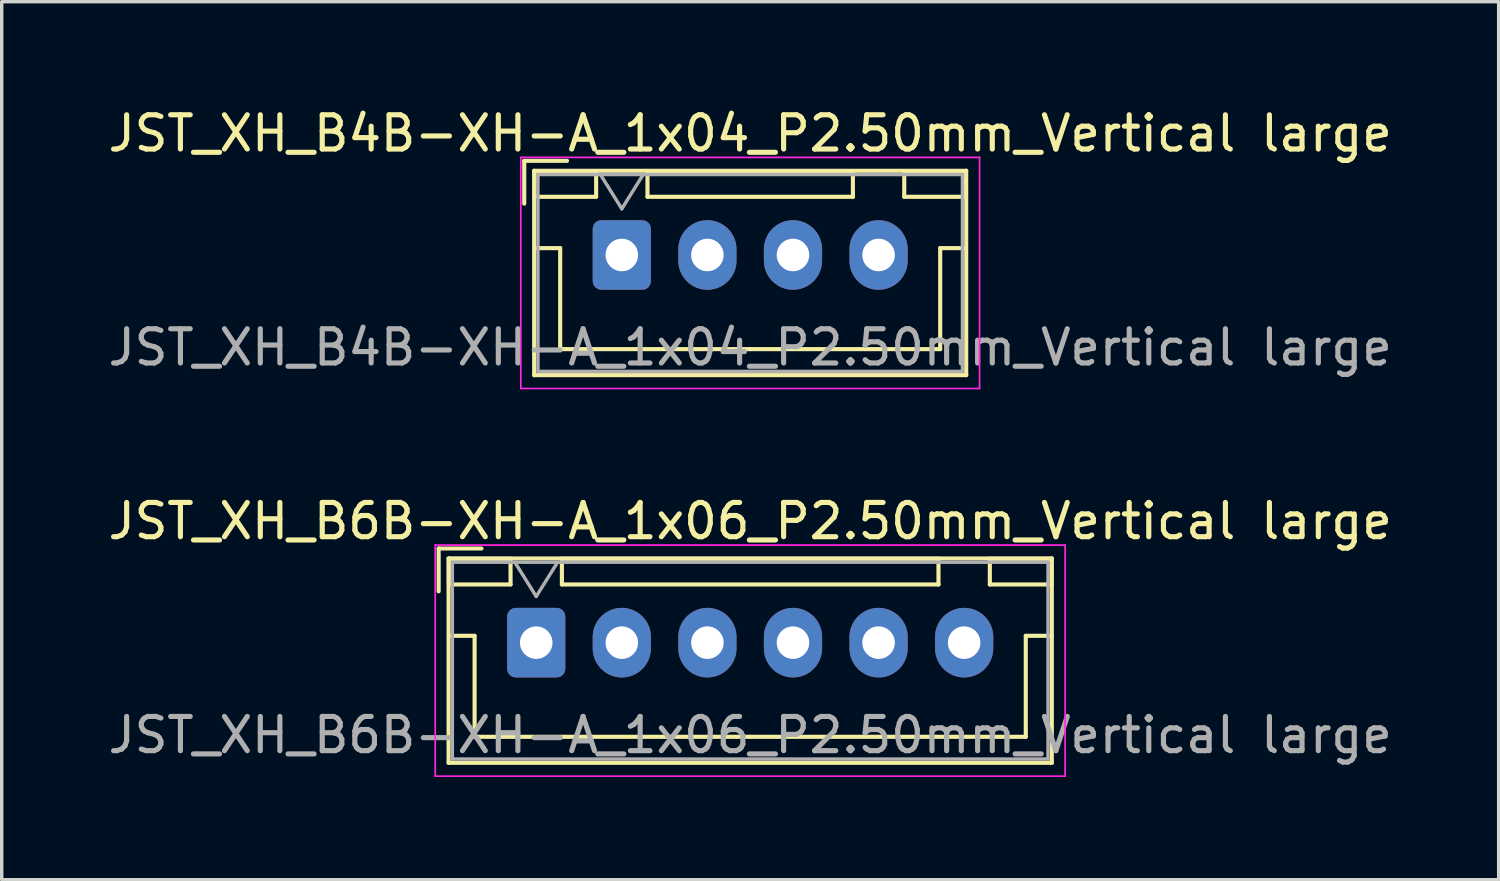
<source format=kicad_pcb>
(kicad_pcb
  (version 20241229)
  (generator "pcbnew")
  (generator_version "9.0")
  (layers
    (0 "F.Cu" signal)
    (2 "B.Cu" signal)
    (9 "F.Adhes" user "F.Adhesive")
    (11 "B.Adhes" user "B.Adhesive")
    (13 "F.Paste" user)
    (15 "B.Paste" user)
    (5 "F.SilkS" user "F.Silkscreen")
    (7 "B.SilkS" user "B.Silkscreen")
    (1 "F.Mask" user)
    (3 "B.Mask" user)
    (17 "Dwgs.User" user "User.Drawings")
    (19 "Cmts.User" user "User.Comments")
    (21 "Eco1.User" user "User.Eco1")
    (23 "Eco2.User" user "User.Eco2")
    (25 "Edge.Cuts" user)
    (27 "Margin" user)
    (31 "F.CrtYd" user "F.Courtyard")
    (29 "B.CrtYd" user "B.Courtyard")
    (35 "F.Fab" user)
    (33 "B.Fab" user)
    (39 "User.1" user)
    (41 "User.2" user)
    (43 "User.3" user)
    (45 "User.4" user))
  (footprint "JST_XH_B6B-XH-A_1x06_P2.50mm_Vertical large"
    (layer "F.Cu")
    (at 12.613 15.722)
    (property "Reference" "JST_XH_B6B-XH-A_1x06_P2.50mm_Vertical large" (at 6.25 -3.55 0) (layer "F.SilkS") (effects (font (size 1 1) (thickness 0.15))))
    (attr through_hole)
    (fp_line (start -2.85 -2.75) (end -2.85 -1.5) (stroke (width 0.12) (type solid)) (layer "F.SilkS"))
    (fp_line (start -2.56 -2.46) (end -2.56 3.51) (stroke (width 0.12) (type solid)) (layer "F.SilkS"))
    (fp_line (start -2.56 3.51) (end 15.06 3.51) (stroke (width 0.12) (type solid)) (layer "F.SilkS"))
    (fp_line (start -2.55 -2.45) (end -2.55 -1.7) (stroke (width 0.12) (type solid)) (layer "F.SilkS"))
    (fp_line (start -2.55 -1.7) (end -0.75 -1.7) (stroke (width 0.12) (type solid)) (layer "F.SilkS"))
    (fp_line (start -2.55 -0.2) (end -1.8 -0.2) (stroke (width 0.12) (type solid)) (layer "F.SilkS"))
    (fp_line (start -1.8 -0.2) (end -1.8 2.75) (stroke (width 0.12) (type solid)) (layer "F.SilkS"))
    (fp_line (start -1.8 2.75) (end 6.25 2.75) (stroke (width 0.12) (type solid)) (layer "F.SilkS"))
    (fp_line (start -1.6 -2.75) (end -2.85 -2.75) (stroke (width 0.12) (type solid)) (layer "F.SilkS"))
    (fp_line (start -0.75 -2.45) (end -2.55 -2.45) (stroke (width 0.12) (type solid)) (layer "F.SilkS"))
    (fp_line (start -0.75 -1.7) (end -0.75 -2.45) (stroke (width 0.12) (type solid)) (layer "F.SilkS"))
    (fp_line (start 0.75 -2.45) (end 0.75 -1.7) (stroke (width 0.12) (type solid)) (layer "F.SilkS"))
    (fp_line (start 0.75 -1.7) (end 11.75 -1.7) (stroke (width 0.12) (type solid)) (layer "F.SilkS"))
    (fp_line (start 11.75 -2.45) (end 0.75 -2.45) (stroke (width 0.12) (type solid)) (layer "F.SilkS"))
    (fp_line (start 11.75 -1.7) (end 11.75 -2.45) (stroke (width 0.12) (type solid)) (layer "F.SilkS"))
    (fp_line (start 13.25 -2.45) (end 13.25 -1.7) (stroke (width 0.12) (type solid)) (layer "F.SilkS"))
    (fp_line (start 13.25 -1.7) (end 15.05 -1.7) (stroke (width 0.12) (type solid)) (layer "F.SilkS"))
    (fp_line (start 14.3 -0.2) (end 14.3 2.75) (stroke (width 0.12) (type solid)) (layer "F.SilkS"))
    (fp_line (start 14.3 2.75) (end 6.25 2.75) (stroke (width 0.12) (type solid)) (layer "F.SilkS"))
    (fp_line (start 15.05 -2.45) (end 13.25 -2.45) (stroke (width 0.12) (type solid)) (layer "F.SilkS"))
    (fp_line (start 15.05 -1.7) (end 15.05 -2.45) (stroke (width 0.12) (type solid)) (layer "F.SilkS"))
    (fp_line (start 15.05 -0.2) (end 14.3 -0.2) (stroke (width 0.12) (type solid)) (layer "F.SilkS"))
    (fp_line (start 15.06 -2.46) (end -2.56 -2.46) (stroke (width 0.12) (type solid)) (layer "F.SilkS"))
    (fp_line (start 15.06 3.51) (end 15.06 -2.46) (stroke (width 0.12) (type solid)) (layer "F.SilkS"))
    (fp_line (start -2.95 -2.85) (end -2.95 3.9) (stroke (width 0.05) (type solid)) (layer "F.CrtYd"))
    (fp_line (start -2.95 3.9) (end 15.45 3.9) (stroke (width 0.05) (type solid)) (layer "F.CrtYd"))
    (fp_line (start 15.45 -2.85) (end -2.95 -2.85) (stroke (width 0.05) (type solid)) (layer "F.CrtYd"))
    (fp_line (start 15.45 3.9) (end 15.45 -2.85) (stroke (width 0.05) (type solid)) (layer "F.CrtYd"))
    (fp_line (start -2.45 -2.35) (end -2.45 3.4) (stroke (width 0.1) (type solid)) (layer "F.Fab"))
    (fp_line (start -2.45 3.4) (end 14.95 3.4) (stroke (width 0.1) (type solid)) (layer "F.Fab"))
    (fp_line (start -0.625 -2.35) (end 0 -1.35) (stroke (width 0.1) (type solid)) (layer "F.Fab"))
    (fp_line (start 0 -1.35) (end 0.625 -2.35) (stroke (width 0.1) (type solid)) (layer "F.Fab"))
    (fp_line (start 14.95 -2.35) (end -2.45 -2.35) (stroke (width 0.1) (type solid)) (layer "F.Fab"))
    (fp_line (start 14.95 3.4) (end 14.95 -2.35) (stroke (width 0.1) (type solid)) (layer "F.Fab"))
    (fp_text user "${REFERENCE}" (at 6.25 2.7 0) (layer "F.Fab") (effects (font (size 1 1) (thickness 0.15))))
    (pad "1" thru_hole roundrect (at 0 0) (size 1.7 2.032) (drill 0.95) (layers "*.Cu" "*.Mask") (roundrect_rratio 0.147))
    (pad "2" thru_hole oval (at 2.5 0) (size 1.7 2.032) (drill 0.95) (layers "*.Cu" "*.Mask"))
    (pad "3" thru_hole oval (at 5 0) (size 1.7 2.032) (drill 0.95) (layers "*.Cu" "*.Mask"))
    (pad "4" thru_hole oval (at 7.5 0) (size 1.7 2.032) (drill 0.95) (layers "*.Cu" "*.Mask"))
    (pad "5" thru_hole oval (at 10 0) (size 1.7 2.032) (drill 0.95) (layers "*.Cu" "*.Mask"))
    (pad "6" thru_hole oval (at 12.5 0) (size 1.7 2.032) (drill 0.95) (layers "*.Cu" "*.Mask")))
  (footprint "JST_XH_B4B-XH-A_1x04_P2.50mm_Vertical large"
    (layer "F.Cu")
    (at 15.113 4.398)
    (property "Reference" "JST_XH_B4B-XH-A_1x04_P2.50mm_Vertical large" (at 3.75 -3.55 0) (layer "F.SilkS") (effects (font (size 1 1) (thickness 0.15))))
    (attr through_hole)
    (fp_line (start -2.85 -2.75) (end -2.85 -1.5) (stroke (width 0.12) (type solid)) (layer "F.SilkS"))
    (fp_line (start -2.56 -2.46) (end -2.56 3.51) (stroke (width 0.12) (type solid)) (layer "F.SilkS"))
    (fp_line (start -2.56 3.51) (end 10.06 3.51) (stroke (width 0.12) (type solid)) (layer "F.SilkS"))
    (fp_line (start -2.55 -2.45) (end -2.55 -1.7) (stroke (width 0.12) (type solid)) (layer "F.SilkS"))
    (fp_line (start -2.55 -1.7) (end -0.75 -1.7) (stroke (width 0.12) (type solid)) (layer "F.SilkS"))
    (fp_line (start -2.55 -0.2) (end -1.8 -0.2) (stroke (width 0.12) (type solid)) (layer "F.SilkS"))
    (fp_line (start -1.8 -0.2) (end -1.8 2.75) (stroke (width 0.12) (type solid)) (layer "F.SilkS"))
    (fp_line (start -1.8 2.75) (end 3.75 2.75) (stroke (width 0.12) (type solid)) (layer "F.SilkS"))
    (fp_line (start -1.6 -2.75) (end -2.85 -2.75) (stroke (width 0.12) (type solid)) (layer "F.SilkS"))
    (fp_line (start -0.75 -2.45) (end -2.55 -2.45) (stroke (width 0.12) (type solid)) (layer "F.SilkS"))
    (fp_line (start -0.75 -1.7) (end -0.75 -2.45) (stroke (width 0.12) (type solid)) (layer "F.SilkS"))
    (fp_line (start 0.75 -2.45) (end 0.75 -1.7) (stroke (width 0.12) (type solid)) (layer "F.SilkS"))
    (fp_line (start 0.75 -1.7) (end 6.75 -1.7) (stroke (width 0.12) (type solid)) (layer "F.SilkS"))
    (fp_line (start 6.75 -2.45) (end 0.75 -2.45) (stroke (width 0.12) (type solid)) (layer "F.SilkS"))
    (fp_line (start 6.75 -1.7) (end 6.75 -2.45) (stroke (width 0.12) (type solid)) (layer "F.SilkS"))
    (fp_line (start 8.25 -2.45) (end 8.25 -1.7) (stroke (width 0.12) (type solid)) (layer "F.SilkS"))
    (fp_line (start 8.25 -1.7) (end 10.05 -1.7) (stroke (width 0.12) (type solid)) (layer "F.SilkS"))
    (fp_line (start 9.3 -0.2) (end 9.3 2.75) (stroke (width 0.12) (type solid)) (layer "F.SilkS"))
    (fp_line (start 9.3 2.75) (end 3.75 2.75) (stroke (width 0.12) (type solid)) (layer "F.SilkS"))
    (fp_line (start 10.05 -2.45) (end 8.25 -2.45) (stroke (width 0.12) (type solid)) (layer "F.SilkS"))
    (fp_line (start 10.05 -1.7) (end 10.05 -2.45) (stroke (width 0.12) (type solid)) (layer "F.SilkS"))
    (fp_line (start 10.05 -0.2) (end 9.3 -0.2) (stroke (width 0.12) (type solid)) (layer "F.SilkS"))
    (fp_line (start 10.06 -2.46) (end -2.56 -2.46) (stroke (width 0.12) (type solid)) (layer "F.SilkS"))
    (fp_line (start 10.06 3.51) (end 10.06 -2.46) (stroke (width 0.12) (type solid)) (layer "F.SilkS"))
    (fp_line (start -2.95 -2.85) (end -2.95 3.9) (stroke (width 0.05) (type solid)) (layer "F.CrtYd"))
    (fp_line (start -2.95 3.9) (end 10.45 3.9) (stroke (width 0.05) (type solid)) (layer "F.CrtYd"))
    (fp_line (start 10.45 -2.85) (end -2.95 -2.85) (stroke (width 0.05) (type solid)) (layer "F.CrtYd"))
    (fp_line (start 10.45 3.9) (end 10.45 -2.85) (stroke (width 0.05) (type solid)) (layer "F.CrtYd"))
    (fp_line (start -2.45 -2.35) (end -2.45 3.4) (stroke (width 0.1) (type solid)) (layer "F.Fab"))
    (fp_line (start -2.45 3.4) (end 9.95 3.4) (stroke (width 0.1) (type solid)) (layer "F.Fab"))
    (fp_line (start -0.625 -2.35) (end 0 -1.35) (stroke (width 0.1) (type solid)) (layer "F.Fab"))
    (fp_line (start 0 -1.35) (end 0.625 -2.35) (stroke (width 0.1) (type solid)) (layer "F.Fab"))
    (fp_line (start 9.95 -2.35) (end -2.45 -2.35) (stroke (width 0.1) (type solid)) (layer "F.Fab"))
    (fp_line (start 9.95 3.4) (end 9.95 -2.35) (stroke (width 0.1) (type solid)) (layer "F.Fab"))
    (fp_text user "${REFERENCE}" (at 3.75 2.7 0) (layer "F.Fab") (effects (font (size 1 1) (thickness 0.15))))
    (pad "1" thru_hole roundrect (at 0 0) (size 1.7 2.032) (drill 0.95) (layers "*.Cu" "*.Mask") (roundrect_rratio 0.147))
    (pad "2" thru_hole oval (at 2.5 0) (size 1.7 2.032) (drill 0.95) (layers "*.Cu" "*.Mask"))
    (pad "3" thru_hole oval (at 5 0) (size 1.7 2.032) (drill 0.95) (layers "*.Cu" "*.Mask"))
    (pad "4" thru_hole oval (at 7.5 0) (size 1.7 2.032) (drill 0.95) (layers "*.Cu" "*.Mask")))
  (gr_rect
    (start -3 -3)
    (end 40.726 22.646)
    (stroke (width 0.1) (type default))
    (fill no)
    (layer "Edge.Cuts")))
</source>
